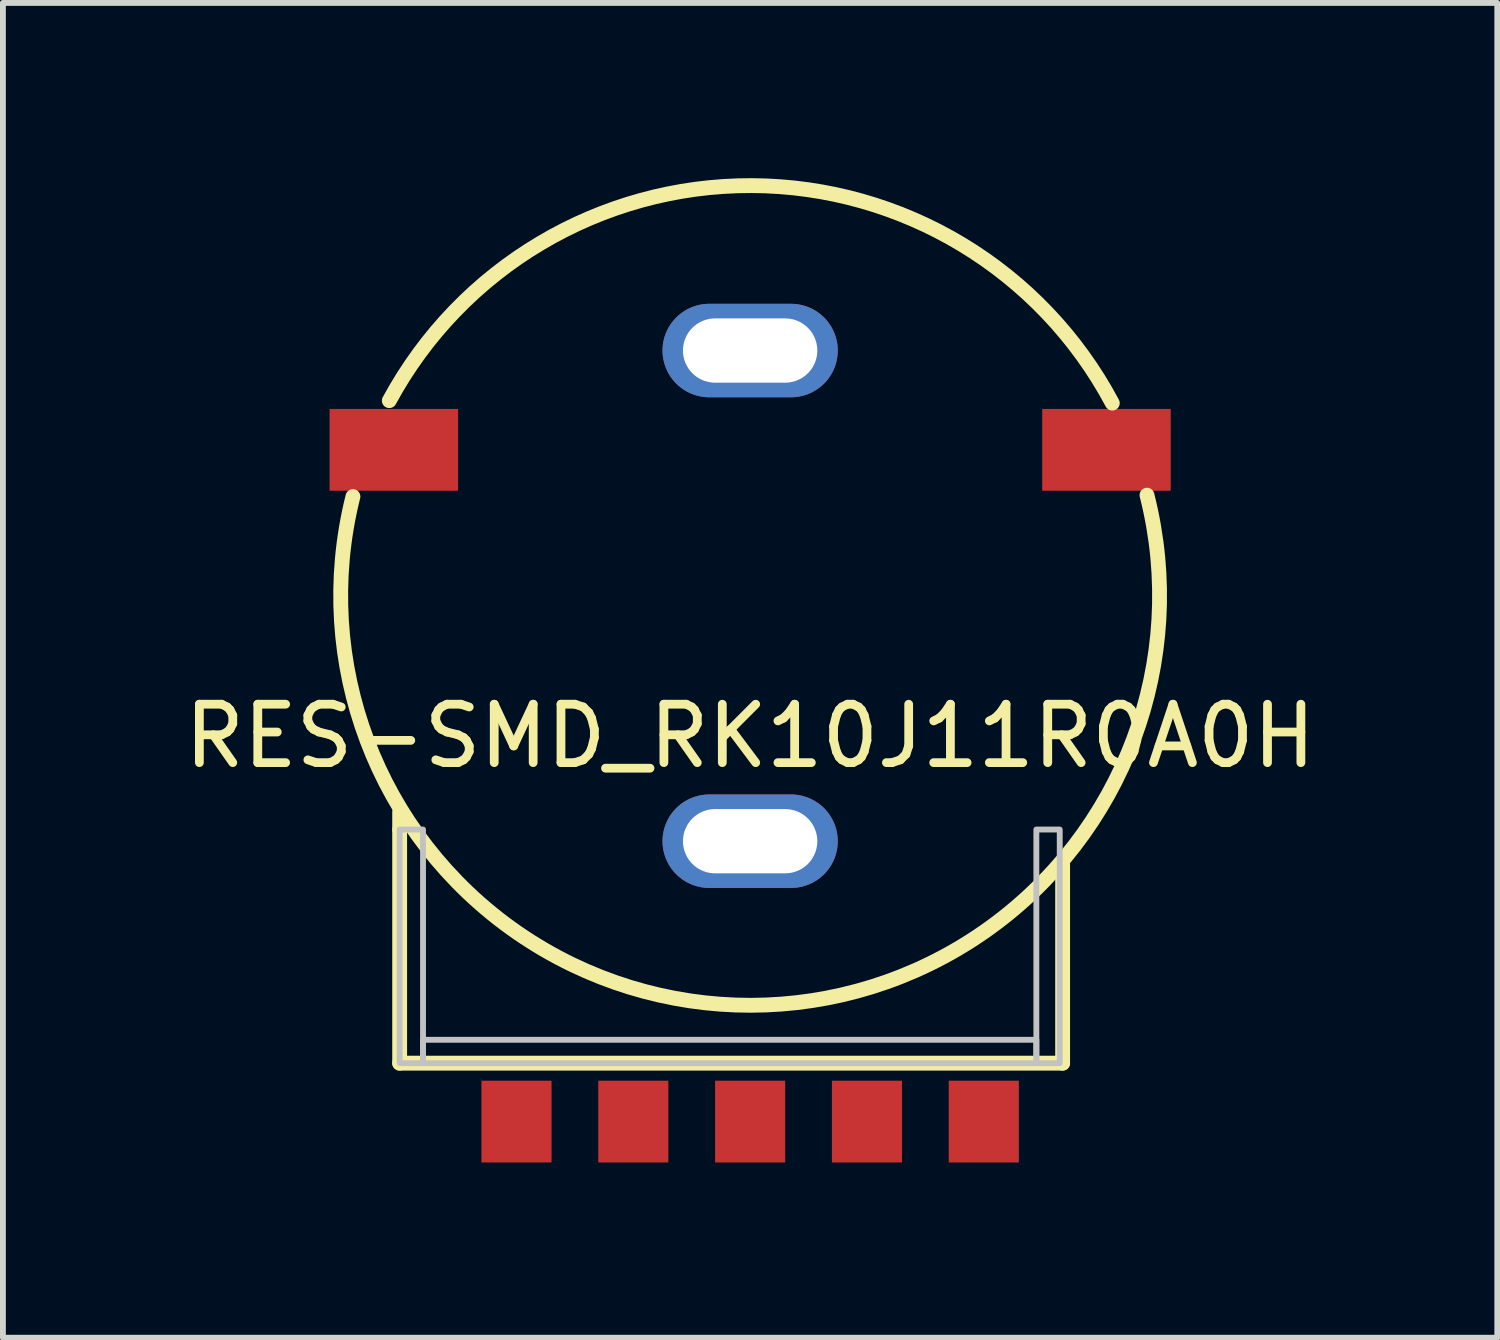
<source format=kicad_pcb>
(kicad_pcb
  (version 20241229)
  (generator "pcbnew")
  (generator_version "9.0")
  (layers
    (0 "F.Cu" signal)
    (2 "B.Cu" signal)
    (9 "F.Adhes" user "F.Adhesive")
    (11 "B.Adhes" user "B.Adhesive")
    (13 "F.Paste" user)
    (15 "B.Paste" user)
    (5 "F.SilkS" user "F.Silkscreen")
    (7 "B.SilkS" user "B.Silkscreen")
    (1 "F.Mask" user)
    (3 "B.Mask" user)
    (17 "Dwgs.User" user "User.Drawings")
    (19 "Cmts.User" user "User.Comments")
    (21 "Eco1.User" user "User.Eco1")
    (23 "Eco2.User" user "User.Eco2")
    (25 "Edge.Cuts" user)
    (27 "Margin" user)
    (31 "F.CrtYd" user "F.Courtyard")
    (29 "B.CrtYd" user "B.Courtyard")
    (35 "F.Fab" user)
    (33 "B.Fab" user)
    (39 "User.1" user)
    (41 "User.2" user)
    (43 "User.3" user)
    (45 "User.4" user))
  (footprint "RES-SMD_RK10J11R0A0H"
    (layer "F.Cu")
    (at 9.792 9.551)
    (property "Reference" "RES-SMD_RK10J11R0A0H" (at 0 0 0) (layer "F.SilkS") (effects (font (size 1 1) (thickness 0.15))))
    (fp_line (start -6 1.6) (end -6 1.3) (stroke (width 0.254) (type default)) (layer "F.SilkS"))
    (fp_line (start -6 5.6) (end -6 1.6) (stroke (width 0.254) (type default)) (layer "F.SilkS"))
    (fp_line (start 5.35 5.6) (end -6 5.6) (stroke (width 0.254) (type default)) (layer "F.SilkS"))
    (fp_line (start 5.35 5.6) (end 5.35 2.2) (stroke (width 0.254) (type default)) (layer "F.SilkS"))
    (fp_arc (start -6.1775 -5.742) (mid 0.023824 -9.423525) (end 6.2 -5.7) (stroke (width 0.254) (type default)) (layer "F.SilkS"))
    (fp_arc (start 6.794 -4.124) (mid 0.012369 4.609312) (end -6.8 -4.1) (stroke (width 0.254) (type default)) (layer "F.SilkS"))
    (fp_poly (pts (xy -5 -5.6) (xy -5 -4.2) (xy -7.2 -4.2) (xy -7.2 -5.6)) (stroke (width 0) (type default)) (fill yes) (layer "F.Paste"))
    (fp_poly (pts (xy -4.6 7.3) (xy -4.6 5.9) (xy -3.4 5.9) (xy -3.4 7.3)) (stroke (width 0) (type default)) (fill yes) (layer "F.Paste"))
    (fp_poly (pts (xy -2.6 7.3) (xy -2.6 5.9) (xy -1.4 5.9) (xy -1.4 7.3)) (stroke (width 0) (type default)) (fill yes) (layer "F.Paste"))
    (fp_poly (pts (xy -0.6 7.3) (xy -0.6 5.9) (xy 0.6 5.9) (xy 0.6 7.3)) (stroke (width 0) (type default)) (fill yes) (layer "F.Paste"))
    (fp_poly (pts (xy 1.4 7.3) (xy 1.4 5.9) (xy 2.6 5.9) (xy 2.6 7.3)) (stroke (width 0) (type default)) (fill yes) (layer "F.Paste"))
    (fp_poly (pts (xy 3.4 7.3) (xy 3.4 5.9) (xy 4.6 5.9) (xy 4.6 7.3)) (stroke (width 0) (type default)) (fill yes) (layer "F.Paste"))
    (fp_poly (pts (xy 7.2 -5.6) (xy 7.2 -4.2) (xy 5 -4.2) (xy 5 -5.6)) (stroke (width 0) (type default)) (fill yes) (layer "F.Paste"))
    (fp_poly (pts (arc (start 0.7 -7.4) (mid 1.5 -6.6) (end 0.7 -5.8)) (arc (start -0.7 -5.8) (mid -1.5 -6.6) (end -0.7 -7.4))) (stroke (width 0) (type default)) (fill yes) (layer "F.Paste"))
    (fp_poly (pts (arc (start 0.7 1) (mid 1.5 1.8) (end 0.7 2.6)) (arc (start -0.7 2.6) (mid -1.5 1.8) (end -0.7 1))) (stroke (width 0) (type default)) (fill yes) (layer "F.Paste"))
    (fp_poly (pts (xy -6 1.6) (xy -6 5.6) (xy -5.6 5.6) (xy -5.6 1.6)) (stroke (width 0.1) (type default)) (fill no) (layer "Dwgs.User"))
    (fp_poly (pts (xy -5.6 5.6) (xy 4.9 5.6) (xy 4.9 5.2) (xy -5.6 5.2)) (stroke (width 0.1) (type default)) (fill no) (layer "Dwgs.User"))
    (fp_poly (pts (xy 5.3 1.6) (xy 5.3 5.6) (xy 4.9 5.6) (xy 4.9 1.6)) (stroke (width 0.1) (type default)) (fill no) (layer "Dwgs.User"))
    (fp_poly (pts (xy -7 -4.4) (xy -7 -5.4) (xy -5.2 -5.4) (xy -5.2 -4.4)) (stroke (width 0.1) (type default)) (fill no) (layer "User.1"))
    (fp_poly (pts (xy -4.4 6.11) (xy -3.6 6.11) (xy -3.6 5.59) (xy -4.4 5.59)) (stroke (width 0.1) (type default)) (fill no) (layer "User.1"))
    (fp_poly (pts (xy -3.6 6.1) (xy -3.6 7.1) (xy -4.4 7.1) (xy -4.4 6.1)) (stroke (width 0.1) (type default)) (fill no) (layer "User.1"))
    (fp_poly (pts (xy -2.4 6.11) (xy -1.6 6.11) (xy -1.6 5.59) (xy -2.4 5.59)) (stroke (width 0.1) (type default)) (fill no) (layer "User.1"))
    (fp_poly (pts (xy -1.6 6.1) (xy -1.6 7.1) (xy -2.4 7.1) (xy -2.4 6.1)) (stroke (width 0.1) (type default)) (fill no) (layer "User.1"))
    (fp_poly (pts (xy -1 -6.45) (xy -1 -6.75) (xy 1 -6.75) (xy 1 -6.45)) (stroke (width 0.1) (type default)) (fill no) (layer "User.1"))
    (fp_poly (pts (xy -1 1.95) (xy -1 1.65) (xy 1 1.65) (xy 1 1.95)) (stroke (width 0.1) (type default)) (fill no) (layer "User.1"))
    (fp_poly (pts (xy -0.4 6.11) (xy 0.4 6.11) (xy 0.4 5.59) (xy -0.4 5.59)) (stroke (width 0.1) (type default)) (fill no) (layer "User.1"))
    (fp_poly (pts (xy 0.4 6.1) (xy 0.4 7.1) (xy -0.4 7.1) (xy -0.4 6.1)) (stroke (width 0.1) (type default)) (fill no) (layer "User.1"))
    (fp_poly (pts (xy 1.6 6.11) (xy 2.4 6.11) (xy 2.4 5.59) (xy 1.6 5.59)) (stroke (width 0.1) (type default)) (fill no) (layer "User.1"))
    (fp_poly (pts (xy 2.4 6.1) (xy 2.4 7.1) (xy 1.6 7.1) (xy 1.6 6.1)) (stroke (width 0.1) (type default)) (fill no) (layer "User.1"))
    (fp_poly (pts (xy 3.6 6.11) (xy 4.4 6.11) (xy 4.4 5.59) (xy 3.6 5.59)) (stroke (width 0.1) (type default)) (fill no) (layer "User.1"))
    (fp_poly (pts (xy 4.4 6.1) (xy 4.4 7.1) (xy 3.6 7.1) (xy 3.6 6.1)) (stroke (width 0.1) (type default)) (fill no) (layer "User.1"))
    (fp_poly (pts (xy 5.2 -4.4) (xy 5.2 -5.4) (xy 7 -5.4) (xy 7 -4.4)) (stroke (width 0.1) (type default)) (fill no) (layer "User.1"))
    (fp_line (start -7 -2.4) (end -6.999 -2.28) (stroke (width 0.051) (type default)) (layer "User.2"))
    (fp_line (start -6.999 -2.519) (end -7 -2.4) (stroke (width 0.051) (type default)) (layer "User.2"))
    (fp_line (start -6.999 -2.28) (end -6.997 -2.161) (stroke (width 0.051) (type default)) (layer "User.2"))
    (fp_line (start -6.997 -2.639) (end -6.999 -2.519) (stroke (width 0.051) (type default)) (layer "User.2"))
    (fp_line (start -6.997 -2.161) (end -6.992 -2.041) (stroke (width 0.051) (type default)) (layer "User.2"))
    (fp_line (start -6.992 -2.759) (end -6.997 -2.639) (stroke (width 0.051) (type default)) (layer "User.2"))
    (fp_line (start -6.992 -2.041) (end -6.984 -1.921) (stroke (width 0.051) (type default)) (layer "User.2"))
    (fp_line (start -6.984 -2.878) (end -6.992 -2.759) (stroke (width 0.051) (type default)) (layer "User.2"))
    (fp_line (start -6.984 -1.921) (end -6.976 -1.802) (stroke (width 0.051) (type default)) (layer "User.2"))
    (fp_line (start -6.976 -2.998) (end -6.984 -2.878) (stroke (width 0.051) (type default)) (layer "User.2"))
    (fp_line (start -6.976 -1.802) (end -6.965 -1.683) (stroke (width 0.051) (type default)) (layer "User.2"))
    (fp_line (start -6.965 -3.117) (end -6.976 -2.998) (stroke (width 0.051) (type default)) (layer "User.2"))
    (fp_line (start -6.965 -1.683) (end -6.952 -1.565) (stroke (width 0.051) (type default)) (layer "User.2"))
    (fp_line (start -6.952 -3.236) (end -6.965 -3.117) (stroke (width 0.051) (type default)) (layer "User.2"))
    (fp_line (start -6.952 -1.565) (end -6.936 -1.446) (stroke (width 0.051) (type default)) (layer "User.2"))
    (fp_line (start -6.936 -3.354) (end -6.952 -3.236) (stroke (width 0.051) (type default)) (layer "User.2"))
    (fp_line (start -6.936 -1.446) (end -6.92 -1.327) (stroke (width 0.051) (type default)) (layer "User.2"))
    (fp_line (start -6.92 -3.473) (end -6.936 -3.354) (stroke (width 0.051) (type default)) (layer "User.2"))
    (fp_line (start -6.92 -1.327) (end -6.9 -1.209) (stroke (width 0.051) (type default)) (layer "User.2"))
    (fp_line (start -6.9 -3.591) (end -6.92 -3.473) (stroke (width 0.051) (type default)) (layer "User.2"))
    (fp_line (start -6.9 -1.209) (end -6.879 -1.091) (stroke (width 0.051) (type default)) (layer "User.2"))
    (fp_line (start -6.879 -3.709) (end -6.9 -3.591) (stroke (width 0.051) (type default)) (layer "User.2"))
    (fp_line (start -6.879 -1.091) (end -6.856 -0.974) (stroke (width 0.051) (type default)) (layer "User.2"))
    (fp_line (start -6.856 -3.826) (end -6.879 -3.709) (stroke (width 0.051) (type default)) (layer "User.2"))
    (fp_line (start -6.856 -0.974) (end -6.831 -0.857) (stroke (width 0.051) (type default)) (layer "User.2"))
    (fp_line (start -6.831 -3.943) (end -6.856 -3.826) (stroke (width 0.051) (type default)) (layer "User.2"))
    (fp_line (start -6.831 -0.857) (end -6.803 -0.741) (stroke (width 0.051) (type default)) (layer "User.2"))
    (fp_line (start -6.803 -4.06) (end -6.831 -3.943) (stroke (width 0.051) (type default)) (layer "User.2"))
    (fp_line (start -6.803 -0.741) (end -6.774 -0.625) (stroke (width 0.051) (type default)) (layer "User.2"))
    (fp_line (start -6.774 -4.176) (end -6.803 -4.06) (stroke (width 0.051) (type default)) (layer "User.2"))
    (fp_line (start -6.774 -0.625) (end -6.744 -0.508) (stroke (width 0.051) (type default)) (layer "User.2"))
    (fp_line (start -6.744 -4.292) (end -6.774 -4.176) (stroke (width 0.051) (type default)) (layer "User.2"))
    (fp_line (start -6.744 -0.508) (end -6.71 -0.394) (stroke (width 0.051) (type default)) (layer "User.2"))
    (fp_line (start -6.71 -4.407) (end -6.744 -4.292) (stroke (width 0.051) (type default)) (layer "User.2"))
    (fp_line (start -6.71 -0.394) (end -6.675 -0.28) (stroke (width 0.051) (type default)) (layer "User.2"))
    (fp_line (start -6.675 -4.521) (end -6.71 -4.407) (stroke (width 0.051) (type default)) (layer "User.2"))
    (fp_line (start -6.675 -0.28) (end -6.638 -0.166) (stroke (width 0.051) (type default)) (layer "User.2"))
    (fp_line (start -6.638 -4.635) (end -6.675 -4.521) (stroke (width 0.051) (type default)) (layer "User.2"))
    (fp_line (start -6.638 -0.166) (end -6.599 -0.052) (stroke (width 0.051) (type default)) (layer "User.2"))
    (fp_line (start -6.599 -4.747) (end -6.638 -4.635) (stroke (width 0.051) (type default)) (layer "User.2"))
    (fp_line (start -6.599 -0.052) (end -6.559 0.06) (stroke (width 0.051) (type default)) (layer "User.2"))
    (fp_line (start -6.559 -4.86) (end -6.599 -4.747) (stroke (width 0.051) (type default)) (layer "User.2"))
    (fp_line (start -6.559 0.06) (end -6.516 0.172) (stroke (width 0.051) (type default)) (layer "User.2"))
    (fp_line (start -6.516 -4.972) (end -6.559 -4.86) (stroke (width 0.051) (type default)) (layer "User.2"))
    (fp_line (start -6.516 0.172) (end -6.471 0.283) (stroke (width 0.051) (type default)) (layer "User.2"))
    (fp_line (start -6.471 -5.083) (end -6.516 -4.972) (stroke (width 0.051) (type default)) (layer "User.2"))
    (fp_line (start -6.471 0.283) (end -6.425 0.393) (stroke (width 0.051) (type default)) (layer "User.2"))
    (fp_line (start -6.425 -5.193) (end -6.471 -5.083) (stroke (width 0.051) (type default)) (layer "User.2"))
    (fp_line (start -6.425 0.393) (end -6.376 0.502) (stroke (width 0.051) (type default)) (layer "User.2"))
    (fp_line (start -6.376 -5.303) (end -6.425 -5.193) (stroke (width 0.051) (type default)) (layer "User.2"))
    (fp_line (start -6.376 0.502) (end -6.325 0.611) (stroke (width 0.051) (type default)) (layer "User.2"))
    (fp_line (start -6.325 -5.411) (end -6.376 -5.303) (stroke (width 0.051) (type default)) (layer "User.2"))
    (fp_line (start -6.325 0.611) (end -6.274 0.719) (stroke (width 0.051) (type default)) (layer "User.2"))
    (fp_line (start -6.274 -5.519) (end -6.325 -5.411) (stroke (width 0.051) (type default)) (layer "User.2"))
    (fp_line (start -6.274 0.719) (end -6.22 0.826) (stroke (width 0.051) (type default)) (layer "User.2"))
    (fp_line (start -6.22 -5.625) (end -6.274 -5.519) (stroke (width 0.051) (type default)) (layer "User.2"))
    (fp_line (start -6.22 0.826) (end -6.163 0.931) (stroke (width 0.051) (type default)) (layer "User.2"))
    (fp_line (start -6.163 -5.731) (end -6.22 -5.625) (stroke (width 0.051) (type default)) (layer "User.2"))
    (fp_line (start -6.163 0.931) (end -6.106 1.036) (stroke (width 0.051) (type default)) (layer "User.2"))
    (fp_line (start -6.106 -5.837) (end -6.163 -5.731) (stroke (width 0.051) (type default)) (layer "User.2"))
    (fp_line (start -6.106 1.036) (end -6.046 1.14) (stroke (width 0.051) (type default)) (layer "User.2"))
    (fp_line (start -6.046 -5.94) (end -6.106 -5.837) (stroke (width 0.051) (type default)) (layer "User.2"))
    (fp_line (start -6.046 1.14) (end -6 1.218) (stroke (width 0.051) (type default)) (layer "User.2"))
    (fp_line (start -6 1.218) (end -6 5.6) (stroke (width 0.051) (type default)) (layer "User.2"))
    (fp_line (start -6 5.6) (end 5.35 5.6) (stroke (width 0.051) (type default)) (layer "User.2"))
    (fp_line (start -5.986 -6.043) (end -6.046 -5.94) (stroke (width 0.051) (type default)) (layer "User.2"))
    (fp_line (start -5.923 -6.145) (end -5.986 -6.043) (stroke (width 0.051) (type default)) (layer "User.2"))
    (fp_line (start -5.858 -6.245) (end -5.923 -6.145) (stroke (width 0.051) (type default)) (layer "User.2"))
    (fp_line (start -5.792 -6.345) (end -5.858 -6.245) (stroke (width 0.051) (type default)) (layer "User.2"))
    (fp_line (start -5.723 -6.444) (end -5.792 -6.345) (stroke (width 0.051) (type default)) (layer "User.2"))
    (fp_line (start -5.654 -6.541) (end -5.723 -6.444) (stroke (width 0.051) (type default)) (layer "User.2"))
    (fp_line (start -5.582 -6.637) (end -5.654 -6.541) (stroke (width 0.051) (type default)) (layer "User.2"))
    (fp_line (start -5.51 -6.731) (end -5.582 -6.637) (stroke (width 0.051) (type default)) (layer "User.2"))
    (fp_line (start -5.434 -6.825) (end -5.51 -6.731) (stroke (width 0.051) (type default)) (layer "User.2"))
    (fp_line (start -5.359 -6.918) (end -5.434 -6.825) (stroke (width 0.051) (type default)) (layer "User.2"))
    (fp_line (start -5.28 -7.008) (end -5.359 -6.918) (stroke (width 0.051) (type default)) (layer "User.2"))
    (fp_line (start -5.202 -7.098) (end -5.28 -7.008) (stroke (width 0.051) (type default)) (layer "User.2"))
    (fp_line (start -5.12 -7.186) (end -5.202 -7.098) (stroke (width 0.051) (type default)) (layer "User.2"))
    (fp_line (start -5.038 -7.273) (end -5.12 -7.186) (stroke (width 0.051) (type default)) (layer "User.2"))
    (fp_line (start -4.955 -7.359) (end -5.038 -7.273) (stroke (width 0.051) (type default)) (layer "User.2"))
    (fp_line (start -4.869 -7.442) (end -4.955 -7.359) (stroke (width 0.051) (type default)) (layer "User.2"))
    (fp_line (start -4.782 -7.525) (end -4.869 -7.442) (stroke (width 0.051) (type default)) (layer "User.2"))
    (fp_line (start -4.694 -7.606) (end -4.782 -7.525) (stroke (width 0.051) (type default)) (layer "User.2"))
    (fp_line (start -4.605 -7.686) (end -4.694 -7.606) (stroke (width 0.051) (type default)) (layer "User.2"))
    (fp_line (start -4.514 -7.763) (end -4.605 -7.686) (stroke (width 0.051) (type default)) (layer "User.2"))
    (fp_line (start -4.422 -7.84) (end -4.514 -7.763) (stroke (width 0.051) (type default)) (layer "User.2"))
    (fp_line (start -4.329 -7.915) (end -4.422 -7.84) (stroke (width 0.051) (type default)) (layer "User.2"))
    (fp_line (start -4.234 -7.987) (end -4.329 -7.915) (stroke (width 0.051) (type default)) (layer "User.2"))
    (fp_line (start -4.138 -8.059) (end -4.234 -7.987) (stroke (width 0.051) (type default)) (layer "User.2"))
    (fp_line (start -4.041 -8.129) (end -4.138 -8.059) (stroke (width 0.051) (type default)) (layer "User.2"))
    (fp_line (start -3.942 -8.197) (end -4.041 -8.129) (stroke (width 0.051) (type default)) (layer "User.2"))
    (fp_line (start -3.844 -8.264) (end -3.942 -8.197) (stroke (width 0.051) (type default)) (layer "User.2"))
    (fp_line (start -3.743 -8.329) (end -3.844 -8.264) (stroke (width 0.051) (type default)) (layer "User.2"))
    (fp_line (start -3.641 -8.392) (end -3.743 -8.329) (stroke (width 0.051) (type default)) (layer "User.2"))
    (fp_line (start -3.538 -8.454) (end -3.641 -8.392) (stroke (width 0.051) (type default)) (layer "User.2"))
    (fp_line (start -3.434 -8.513) (end -3.538 -8.454) (stroke (width 0.051) (type default)) (layer "User.2"))
    (fp_line (start -3.33 -8.57) (end -3.434 -8.513) (stroke (width 0.051) (type default)) (layer "User.2"))
    (fp_line (start -3.224 -8.627) (end -3.33 -8.57) (stroke (width 0.051) (type default)) (layer "User.2"))
    (fp_line (start -3.118 -8.681) (end -3.224 -8.627) (stroke (width 0.051) (type default)) (layer "User.2"))
    (fp_line (start -3.01 -8.733) (end -3.118 -8.681) (stroke (width 0.051) (type default)) (layer "User.2"))
    (fp_line (start -2.901 -8.784) (end -3.01 -8.733) (stroke (width 0.051) (type default)) (layer "User.2"))
    (fp_line (start -2.792 -8.832) (end -2.901 -8.784) (stroke (width 0.051) (type default)) (layer "User.2"))
    (fp_line (start -2.682 -8.88) (end -2.792 -8.832) (stroke (width 0.051) (type default)) (layer "User.2"))
    (fp_line (start -2.571 -8.924) (end -2.682 -8.88) (stroke (width 0.051) (type default)) (layer "User.2"))
    (fp_line (start -2.459 -8.967) (end -2.571 -8.924) (stroke (width 0.051) (type default)) (layer "User.2"))
    (fp_line (start -2.347 -9.008) (end -2.459 -8.967) (stroke (width 0.051) (type default)) (layer "User.2"))
    (fp_line (start -2.234 -9.047) (end -2.347 -9.008) (stroke (width 0.051) (type default)) (layer "User.2"))
    (fp_line (start -2.12 -9.085) (end -2.234 -9.047) (stroke (width 0.051) (type default)) (layer "User.2"))
    (fp_line (start -2.006 -9.12) (end -2.12 -9.085) (stroke (width 0.051) (type default)) (layer "User.2"))
    (fp_line (start -1.891 -9.153) (end -2.006 -9.12) (stroke (width 0.051) (type default)) (layer "User.2"))
    (fp_line (start -1.776 -9.184) (end -1.891 -9.153) (stroke (width 0.051) (type default)) (layer "User.2"))
    (fp_line (start -1.659 -9.214) (end -1.776 -9.184) (stroke (width 0.051) (type default)) (layer "User.2"))
    (fp_line (start -1.543 -9.242) (end -1.659 -9.214) (stroke (width 0.051) (type default)) (layer "User.2"))
    (fp_line (start -1.426 -9.267) (end -1.543 -9.242) (stroke (width 0.051) (type default)) (layer "User.2"))
    (fp_line (start -1.308 -9.29) (end -1.426 -9.267) (stroke (width 0.051) (type default)) (layer "User.2"))
    (fp_line (start -1.191 -9.312) (end -1.308 -9.29) (stroke (width 0.051) (type default)) (layer "User.2"))
    (fp_line (start -1.073 -9.331) (end -1.191 -9.312) (stroke (width 0.051) (type default)) (layer "User.2"))
    (fp_line (start -0.955 -9.348) (end -1.073 -9.331) (stroke (width 0.051) (type default)) (layer "User.2"))
    (fp_line (start -0.836 -9.364) (end -0.955 -9.348) (stroke (width 0.051) (type default)) (layer "User.2"))
    (fp_line (start -0.717 -9.377) (end -0.836 -9.364) (stroke (width 0.051) (type default)) (layer "User.2"))
    (fp_line (start -0.598 -9.388) (end -0.717 -9.377) (stroke (width 0.051) (type default)) (layer "User.2"))
    (fp_line (start -0.478 -9.397) (end -0.598 -9.388) (stroke (width 0.051) (type default)) (layer "User.2"))
    (fp_line (start -0.359 -9.404) (end -0.478 -9.397) (stroke (width 0.051) (type default)) (layer "User.2"))
    (fp_line (start -0.239 -9.409) (end -0.359 -9.404) (stroke (width 0.051) (type default)) (layer "User.2"))
    (fp_line (start -0.119 -9.412) (end -0.239 -9.409) (stroke (width 0.051) (type default)) (layer "User.2"))
    (fp_line (start 0 -9.414) (end -0.119 -9.412) (stroke (width 0.051) (type default)) (layer "User.2"))
    (fp_line (start 0.119 -9.412) (end 0 -9.414) (stroke (width 0.051) (type default)) (layer "User.2"))
    (fp_line (start 0.239 -9.409) (end 0.119 -9.412) (stroke (width 0.051) (type default)) (layer "User.2"))
    (fp_line (start 0.359 -9.404) (end 0.239 -9.409) (stroke (width 0.051) (type default)) (layer "User.2"))
    (fp_line (start 0.478 -9.397) (end 0.359 -9.404) (stroke (width 0.051) (type default)) (layer "User.2"))
    (fp_line (start 0.598 -9.388) (end 0.478 -9.397) (stroke (width 0.051) (type default)) (layer "User.2"))
    (fp_line (start 0.717 -9.377) (end 0.598 -9.388) (stroke (width 0.051) (type default)) (layer "User.2"))
    (fp_line (start 0.836 -9.364) (end 0.717 -9.377) (stroke (width 0.051) (type default)) (layer "User.2"))
    (fp_line (start 0.955 -9.348) (end 0.836 -9.364) (stroke (width 0.051) (type default)) (layer "User.2"))
    (fp_line (start 1.073 -9.331) (end 0.955 -9.348) (stroke (width 0.051) (type default)) (layer "User.2"))
    (fp_line (start 1.191 -9.312) (end 1.073 -9.331) (stroke (width 0.051) (type default)) (layer "User.2"))
    (fp_line (start 1.308 -9.29) (end 1.191 -9.312) (stroke (width 0.051) (type default)) (layer "User.2"))
    (fp_line (start 1.426 -9.267) (end 1.308 -9.29) (stroke (width 0.051) (type default)) (layer "User.2"))
    (fp_line (start 1.543 -9.242) (end 1.426 -9.267) (stroke (width 0.051) (type default)) (layer "User.2"))
    (fp_line (start 1.659 -9.214) (end 1.543 -9.242) (stroke (width 0.051) (type default)) (layer "User.2"))
    (fp_line (start 1.776 -9.184) (end 1.659 -9.214) (stroke (width 0.051) (type default)) (layer "User.2"))
    (fp_line (start 1.891 -9.153) (end 1.776 -9.184) (stroke (width 0.051) (type default)) (layer "User.2"))
    (fp_line (start 2.006 -9.12) (end 1.891 -9.153) (stroke (width 0.051) (type default)) (layer "User.2"))
    (fp_line (start 2.12 -9.085) (end 2.006 -9.12) (stroke (width 0.051) (type default)) (layer "User.2"))
    (fp_line (start 2.234 -9.047) (end 2.12 -9.085) (stroke (width 0.051) (type default)) (layer "User.2"))
    (fp_line (start 2.347 -9.008) (end 2.234 -9.047) (stroke (width 0.051) (type default)) (layer "User.2"))
    (fp_line (start 2.459 -8.967) (end 2.347 -9.008) (stroke (width 0.051) (type default)) (layer "User.2"))
    (fp_line (start 2.571 -8.924) (end 2.459 -8.967) (stroke (width 0.051) (type default)) (layer "User.2"))
    (fp_line (start 2.682 -8.88) (end 2.571 -8.924) (stroke (width 0.051) (type default)) (layer "User.2"))
    (fp_line (start 2.792 -8.832) (end 2.682 -8.88) (stroke (width 0.051) (type default)) (layer "User.2"))
    (fp_line (start 2.901 -8.784) (end 2.792 -8.832) (stroke (width 0.051) (type default)) (layer "User.2"))
    (fp_line (start 3.01 -8.733) (end 2.901 -8.784) (stroke (width 0.051) (type default)) (layer "User.2"))
    (fp_line (start 3.118 -8.681) (end 3.01 -8.733) (stroke (width 0.051) (type default)) (layer "User.2"))
    (fp_line (start 3.224 -8.627) (end 3.118 -8.681) (stroke (width 0.051) (type default)) (layer "User.2"))
    (fp_line (start 3.33 -8.57) (end 3.224 -8.627) (stroke (width 0.051) (type default)) (layer "User.2"))
    (fp_line (start 3.434 -8.513) (end 3.33 -8.57) (stroke (width 0.051) (type default)) (layer "User.2"))
    (fp_line (start 3.538 -8.454) (end 3.434 -8.513) (stroke (width 0.051) (type default)) (layer "User.2"))
    (fp_line (start 3.641 -8.392) (end 3.538 -8.454) (stroke (width 0.051) (type default)) (layer "User.2"))
    (fp_line (start 3.743 -8.329) (end 3.641 -8.392) (stroke (width 0.051) (type default)) (layer "User.2"))
    (fp_line (start 3.844 -8.264) (end 3.743 -8.329) (stroke (width 0.051) (type default)) (layer "User.2"))
    (fp_line (start 3.942 -8.197) (end 3.844 -8.264) (stroke (width 0.051) (type default)) (layer "User.2"))
    (fp_line (start 4.041 -8.129) (end 3.942 -8.197) (stroke (width 0.051) (type default)) (layer "User.2"))
    (fp_line (start 4.138 -8.059) (end 4.041 -8.129) (stroke (width 0.051) (type default)) (layer "User.2"))
    (fp_line (start 4.234 -7.987) (end 4.138 -8.059) (stroke (width 0.051) (type default)) (layer "User.2"))
    (fp_line (start 4.329 -7.915) (end 4.234 -7.987) (stroke (width 0.051) (type default)) (layer "User.2"))
    (fp_line (start 4.422 -7.84) (end 4.329 -7.915) (stroke (width 0.051) (type default)) (layer "User.2"))
    (fp_line (start 4.514 -7.763) (end 4.422 -7.84) (stroke (width 0.051) (type default)) (layer "User.2"))
    (fp_line (start 4.605 -7.686) (end 4.514 -7.763) (stroke (width 0.051) (type default)) (layer "User.2"))
    (fp_line (start 4.694 -7.606) (end 4.605 -7.686) (stroke (width 0.051) (type default)) (layer "User.2"))
    (fp_line (start 4.782 -7.525) (end 4.694 -7.606) (stroke (width 0.051) (type default)) (layer "User.2"))
    (fp_line (start 4.869 -7.442) (end 4.782 -7.525) (stroke (width 0.051) (type default)) (layer "User.2"))
    (fp_line (start 4.955 -7.359) (end 4.869 -7.442) (stroke (width 0.051) (type default)) (layer "User.2"))
    (fp_line (start 5.038 -7.273) (end 4.955 -7.359) (stroke (width 0.051) (type default)) (layer "User.2"))
    (fp_line (start 5.12 -7.186) (end 5.038 -7.273) (stroke (width 0.051) (type default)) (layer "User.2"))
    (fp_line (start 5.202 -7.098) (end 5.12 -7.186) (stroke (width 0.051) (type default)) (layer "User.2"))
    (fp_line (start 5.281 -7.008) (end 5.202 -7.098) (stroke (width 0.051) (type default)) (layer "User.2"))
    (fp_line (start 5.35 2.127) (end 5.359 2.118) (stroke (width 0.051) (type default)) (layer "User.2"))
    (fp_line (start 5.35 5.6) (end 5.35 2.127) (stroke (width 0.051) (type default)) (layer "User.2"))
    (fp_line (start 5.359 -6.918) (end 5.281 -7.008) (stroke (width 0.051) (type default)) (layer "User.2"))
    (fp_line (start 5.359 2.118) (end 5.435 2.025) (stroke (width 0.051) (type default)) (layer "User.2"))
    (fp_line (start 5.435 -6.825) (end 5.359 -6.918) (stroke (width 0.051) (type default)) (layer "User.2"))
    (fp_line (start 5.435 2.025) (end 5.51 1.931) (stroke (width 0.051) (type default)) (layer "User.2"))
    (fp_line (start 5.51 -6.731) (end 5.435 -6.825) (stroke (width 0.051) (type default)) (layer "User.2"))
    (fp_line (start 5.51 1.931) (end 5.582 1.837) (stroke (width 0.051) (type default)) (layer "User.2"))
    (fp_line (start 5.582 -6.637) (end 5.51 -6.731) (stroke (width 0.051) (type default)) (layer "User.2"))
    (fp_line (start 5.582 1.837) (end 5.654 1.74) (stroke (width 0.051) (type default)) (layer "User.2"))
    (fp_line (start 5.654 -6.541) (end 5.582 -6.637) (stroke (width 0.051) (type default)) (layer "User.2"))
    (fp_line (start 5.654 1.74) (end 5.723 1.643) (stroke (width 0.051) (type default)) (layer "User.2"))
    (fp_line (start 5.723 -6.444) (end 5.654 -6.541) (stroke (width 0.051) (type default)) (layer "User.2"))
    (fp_line (start 5.723 1.643) (end 5.792 1.545) (stroke (width 0.051) (type default)) (layer "User.2"))
    (fp_line (start 5.792 -6.345) (end 5.723 -6.444) (stroke (width 0.051) (type default)) (layer "User.2"))
    (fp_line (start 5.792 1.545) (end 5.858 1.446) (stroke (width 0.051) (type default)) (layer "User.2"))
    (fp_line (start 5.858 -6.245) (end 5.792 -6.345) (stroke (width 0.051) (type default)) (layer "User.2"))
    (fp_line (start 5.858 1.446) (end 5.923 1.345) (stroke (width 0.051) (type default)) (layer "User.2"))
    (fp_line (start 5.923 -6.145) (end 5.858 -6.245) (stroke (width 0.051) (type default)) (layer "User.2"))
    (fp_line (start 5.923 1.345) (end 5.986 1.243) (stroke (width 0.051) (type default)) (layer "User.2"))
    (fp_line (start 5.986 -6.043) (end 5.923 -6.145) (stroke (width 0.051) (type default)) (layer "User.2"))
    (fp_line (start 5.986 1.243) (end 6.046 1.14) (stroke (width 0.051) (type default)) (layer "User.2"))
    (fp_line (start 6.046 -5.94) (end 5.986 -6.043) (stroke (width 0.051) (type default)) (layer "User.2"))
    (fp_line (start 6.046 1.14) (end 6.106 1.036) (stroke (width 0.051) (type default)) (layer "User.2"))
    (fp_line (start 6.106 -5.837) (end 6.046 -5.94) (stroke (width 0.051) (type default)) (layer "User.2"))
    (fp_line (start 6.106 1.036) (end 6.163 0.931) (stroke (width 0.051) (type default)) (layer "User.2"))
    (fp_line (start 6.163 -5.731) (end 6.106 -5.837) (stroke (width 0.051) (type default)) (layer "User.2"))
    (fp_line (start 6.163 0.931) (end 6.22 0.826) (stroke (width 0.051) (type default)) (layer "User.2"))
    (fp_line (start 6.22 -5.625) (end 6.163 -5.731) (stroke (width 0.051) (type default)) (layer "User.2"))
    (fp_line (start 6.22 0.826) (end 6.274 0.719) (stroke (width 0.051) (type default)) (layer "User.2"))
    (fp_line (start 6.274 -5.519) (end 6.22 -5.625) (stroke (width 0.051) (type default)) (layer "User.2"))
    (fp_line (start 6.274 0.719) (end 6.325 0.611) (stroke (width 0.051) (type default)) (layer "User.2"))
    (fp_line (start 6.325 -5.411) (end 6.274 -5.519) (stroke (width 0.051) (type default)) (layer "User.2"))
    (fp_line (start 6.325 0.611) (end 6.376 0.502) (stroke (width 0.051) (type default)) (layer "User.2"))
    (fp_line (start 6.376 -5.303) (end 6.325 -5.411) (stroke (width 0.051) (type default)) (layer "User.2"))
    (fp_line (start 6.376 0.502) (end 6.425 0.393) (stroke (width 0.051) (type default)) (layer "User.2"))
    (fp_line (start 6.425 -5.193) (end 6.376 -5.303) (stroke (width 0.051) (type default)) (layer "User.2"))
    (fp_line (start 6.425 0.393) (end 6.471 0.283) (stroke (width 0.051) (type default)) (layer "User.2"))
    (fp_line (start 6.471 -5.083) (end 6.425 -5.193) (stroke (width 0.051) (type default)) (layer "User.2"))
    (fp_line (start 6.471 0.283) (end 6.516 0.172) (stroke (width 0.051) (type default)) (layer "User.2"))
    (fp_line (start 6.516 -4.972) (end 6.471 -5.083) (stroke (width 0.051) (type default)) (layer "User.2"))
    (fp_line (start 6.516 0.172) (end 6.559 0.06) (stroke (width 0.051) (type default)) (layer "User.2"))
    (fp_line (start 6.559 -4.86) (end 6.516 -4.972) (stroke (width 0.051) (type default)) (layer "User.2"))
    (fp_line (start 6.559 0.06) (end 6.599 -0.052) (stroke (width 0.051) (type default)) (layer "User.2"))
    (fp_line (start 6.599 -4.747) (end 6.559 -4.86) (stroke (width 0.051) (type default)) (layer "User.2"))
    (fp_line (start 6.599 -0.052) (end 6.638 -0.166) (stroke (width 0.051) (type default)) (layer "User.2"))
    (fp_line (start 6.638 -4.635) (end 6.599 -4.747) (stroke (width 0.051) (type default)) (layer "User.2"))
    (fp_line (start 6.638 -0.166) (end 6.676 -0.28) (stroke (width 0.051) (type default)) (layer "User.2"))
    (fp_line (start 6.676 -4.521) (end 6.638 -4.635) (stroke (width 0.051) (type default)) (layer "User.2"))
    (fp_line (start 6.676 -0.28) (end 6.71 -0.394) (stroke (width 0.051) (type default)) (layer "User.2"))
    (fp_line (start 6.71 -4.407) (end 6.676 -4.521) (stroke (width 0.051) (type default)) (layer "User.2"))
    (fp_line (start 6.71 -0.394) (end 6.744 -0.508) (stroke (width 0.051) (type default)) (layer "User.2"))
    (fp_line (start 6.744 -4.292) (end 6.71 -4.407) (stroke (width 0.051) (type default)) (layer "User.2"))
    (fp_line (start 6.744 -0.508) (end 6.774 -0.625) (stroke (width 0.051) (type default)) (layer "User.2"))
    (fp_line (start 6.774 -4.176) (end 6.744 -4.292) (stroke (width 0.051) (type default)) (layer "User.2"))
    (fp_line (start 6.774 -0.625) (end 6.803 -0.741) (stroke (width 0.051) (type default)) (layer "User.2"))
    (fp_line (start 6.803 -4.06) (end 6.774 -4.176) (stroke (width 0.051) (type default)) (layer "User.2"))
    (fp_line (start 6.803 -0.741) (end 6.831 -0.857) (stroke (width 0.051) (type default)) (layer "User.2"))
    (fp_line (start 6.831 -3.943) (end 6.803 -4.06) (stroke (width 0.051) (type default)) (layer "User.2"))
    (fp_line (start 6.831 -0.857) (end 6.856 -0.974) (stroke (width 0.051) (type default)) (layer "User.2"))
    (fp_line (start 6.856 -3.826) (end 6.831 -3.943) (stroke (width 0.051) (type default)) (layer "User.2"))
    (fp_line (start 6.856 -0.974) (end 6.879 -1.091) (stroke (width 0.051) (type default)) (layer "User.2"))
    (fp_line (start 6.879 -3.709) (end 6.856 -3.826) (stroke (width 0.051) (type default)) (layer "User.2"))
    (fp_line (start 6.879 -1.091) (end 6.9 -1.209) (stroke (width 0.051) (type default)) (layer "User.2"))
    (fp_line (start 6.9 -3.591) (end 6.879 -3.709) (stroke (width 0.051) (type default)) (layer "User.2"))
    (fp_line (start 6.9 -1.209) (end 6.92 -1.327) (stroke (width 0.051) (type default)) (layer "User.2"))
    (fp_line (start 6.92 -3.473) (end 6.9 -3.591) (stroke (width 0.051) (type default)) (layer "User.2"))
    (fp_line (start 6.92 -1.327) (end 6.936 -1.446) (stroke (width 0.051) (type default)) (layer "User.2"))
    (fp_line (start 6.936 -3.354) (end 6.92 -3.473) (stroke (width 0.051) (type default)) (layer "User.2"))
    (fp_line (start 6.936 -1.446) (end 6.952 -1.565) (stroke (width 0.051) (type default)) (layer "User.2"))
    (fp_line (start 6.952 -3.236) (end 6.936 -3.354) (stroke (width 0.051) (type default)) (layer "User.2"))
    (fp_line (start 6.952 -1.565) (end 6.965 -1.683) (stroke (width 0.051) (type default)) (layer "User.2"))
    (fp_line (start 6.965 -3.117) (end 6.952 -3.236) (stroke (width 0.051) (type default)) (layer "User.2"))
    (fp_line (start 6.965 -1.683) (end 6.976 -1.802) (stroke (width 0.051) (type default)) (layer "User.2"))
    (fp_line (start 6.976 -2.998) (end 6.965 -3.117) (stroke (width 0.051) (type default)) (layer "User.2"))
    (fp_line (start 6.976 -1.802) (end 6.984 -1.921) (stroke (width 0.051) (type default)) (layer "User.2"))
    (fp_line (start 6.984 -2.878) (end 6.976 -2.998) (stroke (width 0.051) (type default)) (layer "User.2"))
    (fp_line (start 6.984 -1.921) (end 6.992 -2.041) (stroke (width 0.051) (type default)) (layer "User.2"))
    (fp_line (start 6.992 -2.759) (end 6.984 -2.878) (stroke (width 0.051) (type default)) (layer "User.2"))
    (fp_line (start 6.992 -2.041) (end 6.997 -2.161) (stroke (width 0.051) (type default)) (layer "User.2"))
    (fp_line (start 6.997 -2.639) (end 6.992 -2.759) (stroke (width 0.051) (type default)) (layer "User.2"))
    (fp_line (start 6.997 -2.161) (end 6.999 -2.28) (stroke (width 0.051) (type default)) (layer "User.2"))
    (fp_line (start 6.999 -2.519) (end 6.997 -2.639) (stroke (width 0.051) (type default)) (layer "User.2"))
    (fp_line (start 6.999 -2.28) (end 7 -2.4) (stroke (width 0.051) (type default)) (layer "User.2"))
    (fp_line (start 7 -2.4) (end 6.999 -2.519) (stroke (width 0.051) (type default)) (layer "User.2"))
    (fp_poly (pts (xy -6.94 7.1) (xy -6.958 7.058) (xy -7 7.04) (xy -7.042 7.058) (xy -7.06 7.1) (xy -7.042 7.142) (xy -7 7.16) (xy -6.958 7.142)) (stroke (width 0.1) (type default)) (fill no) (layer "User.3"))
    (pad "1" smd rect (at -4 6.6 90) (size 1.4 1.2) (layers "F.Cu" "F.Mask" "F.Paste"))
    (pad "2" smd rect (at -2 6.6 90) (size 1.4 1.2) (layers "F.Cu" "F.Mask" "F.Paste"))
    (pad "3" smd rect (at 4 6.6 90) (size 1.4 1.2) (layers "F.Cu" "F.Mask" "F.Paste"))
    (pad "4" smd rect (at 0 6.6 90) (size 1.4 1.2) (layers "F.Cu" "F.Mask" "F.Paste"))
    (pad "5" smd rect (at 2 6.6 90) (size 1.4 1.2) (layers "F.Cu" "F.Mask" "F.Paste"))
    (pad "6" smd rect (at -6.1 -4.9 270) (size 1.4 2.2) (layers "F.Cu" "F.Mask" "F.Paste"))
    (pad "6" smd rect (at 6.1 -4.9 270) (size 1.4 2.2) (layers "F.Cu" "F.Mask" "F.Paste"))
    (pad "7" thru_hole oval (at 0 -6.6 270) (size 1.6 3) (drill oval 1.1 2.3) (layers "*.Cu" "*.Mask"))
    (pad "7" thru_hole oval (at 0 1.8 270) (size 1.6 3) (drill oval 1.1 2.3) (layers "*.Cu" "*.Mask")))
  (gr_rect
    (start -3 -3)
    (end 22.583 19.851)
    (stroke (width 0.1) (type default))
    (fill no)
    (layer "Edge.Cuts")))
</source>
